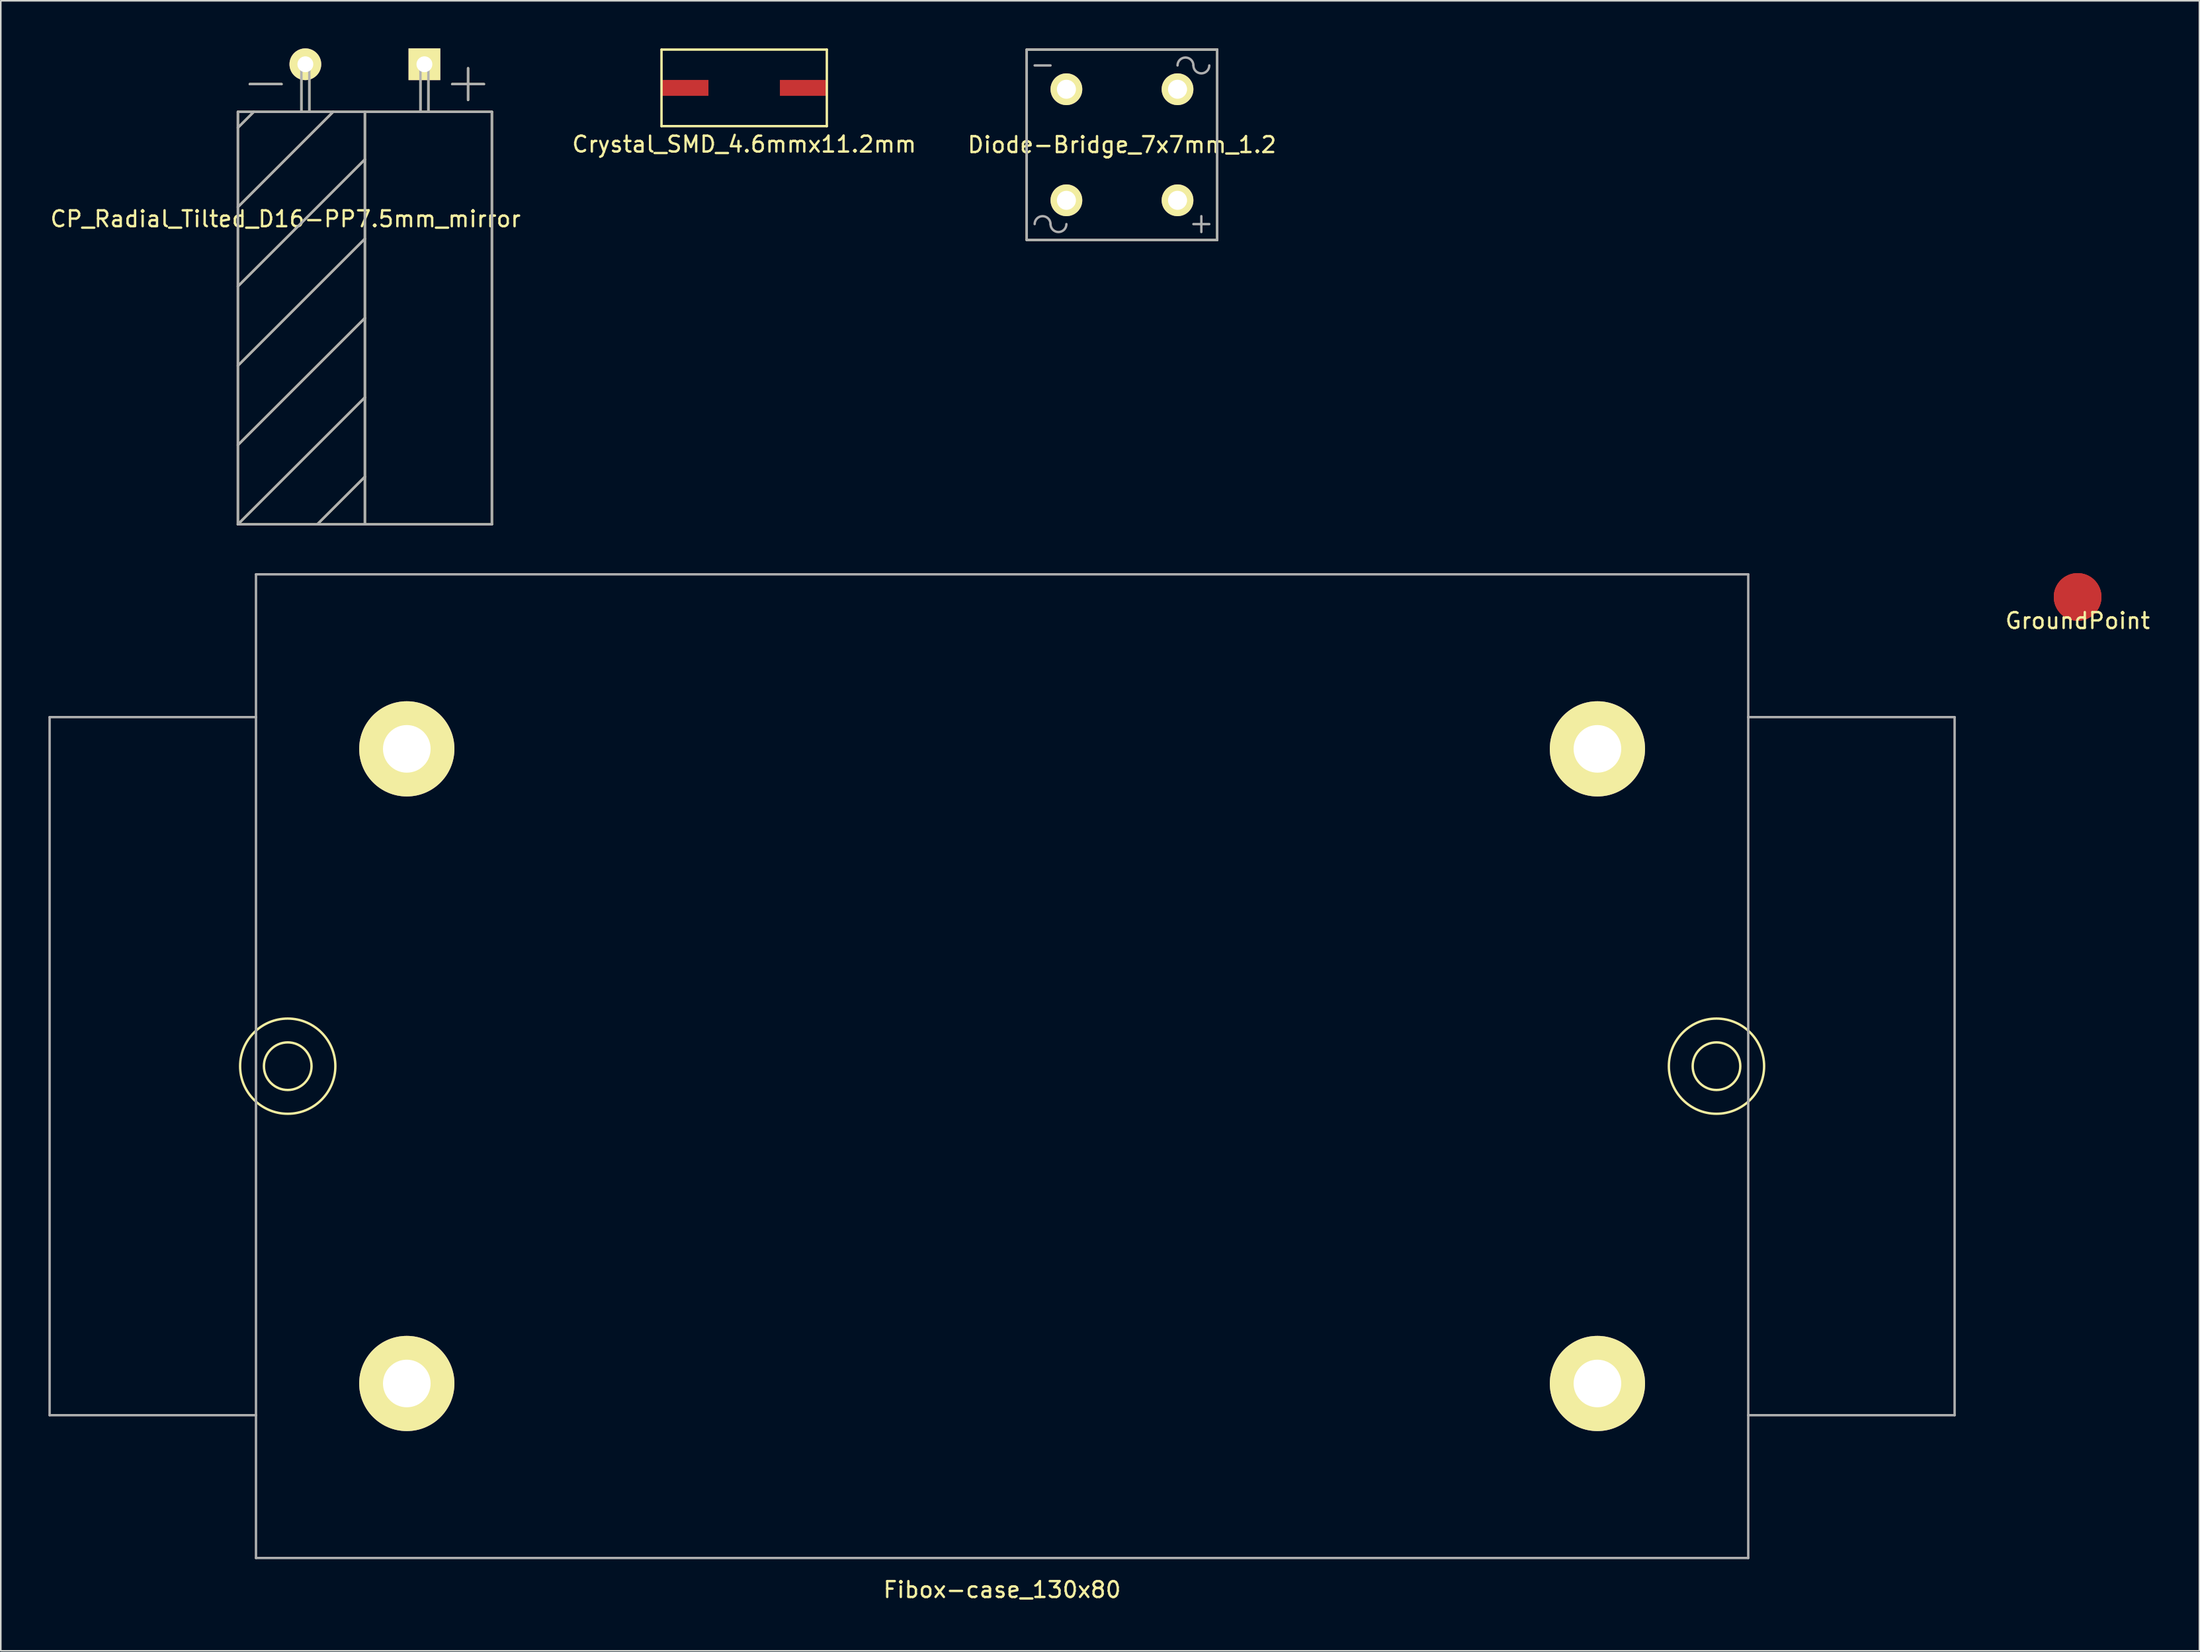
<source format=kicad_pcb>
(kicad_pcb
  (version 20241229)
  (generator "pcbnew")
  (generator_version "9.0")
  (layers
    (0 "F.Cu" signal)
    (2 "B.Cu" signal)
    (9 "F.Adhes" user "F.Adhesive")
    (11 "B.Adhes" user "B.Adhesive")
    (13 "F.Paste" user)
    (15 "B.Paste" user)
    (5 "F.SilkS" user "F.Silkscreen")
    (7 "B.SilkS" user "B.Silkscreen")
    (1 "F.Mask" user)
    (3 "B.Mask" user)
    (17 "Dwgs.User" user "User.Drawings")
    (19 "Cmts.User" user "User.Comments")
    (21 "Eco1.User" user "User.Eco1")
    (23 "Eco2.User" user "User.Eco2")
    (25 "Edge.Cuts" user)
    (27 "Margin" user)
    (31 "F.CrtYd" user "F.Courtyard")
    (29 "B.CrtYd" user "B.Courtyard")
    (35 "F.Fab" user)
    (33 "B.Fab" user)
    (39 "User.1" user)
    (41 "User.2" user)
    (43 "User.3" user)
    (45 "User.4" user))
  (footprint "CP_Radial_Tilted_D16-PP7.5mm_mirror"
    (layer "F.Cu")
    (at 19.935 1)
    (property "Reference" "CP_Radial_Tilted_D16-PP7.5mm_mirror" (at -5 9.75 0) (layer "F.SilkS") (effects (font (size 1 1) (thickness 0.15))))
    (attr through_hole)
    (fp_line (start -8 3) (end -8 29) (stroke (width 0.15) (type solid)) (layer "F.SilkS"))
    (fp_line (start -8 4) (end -7 3) (stroke (width 0.15) (type solid)) (layer "F.SilkS"))
    (fp_line (start -8 9) (end -2 3) (stroke (width 0.15) (type solid)) (layer "F.SilkS"))
    (fp_line (start -8 14) (end 0 6) (stroke (width 0.15) (type solid)) (layer "F.SilkS"))
    (fp_line (start -8 19) (end 0 11) (stroke (width 0.15) (type solid)) (layer "F.SilkS"))
    (fp_line (start -8 24) (end 0 16) (stroke (width 0.15) (type solid)) (layer "F.SilkS"))
    (fp_line (start -8 29) (end 0 21) (stroke (width 0.15) (type solid)) (layer "F.SilkS"))
    (fp_line (start -8 29) (end 8 29) (stroke (width 0.15) (type solid)) (layer "F.SilkS"))
    (fp_line (start -7.25 1.25) (end -5.25 1.25) (stroke (width 0.15) (type solid)) (layer "F.SilkS"))
    (fp_line (start -4 0) (end -3.5 0) (stroke (width 0.15) (type solid)) (layer "F.SilkS"))
    (fp_line (start -4 3) (end -4 0) (stroke (width 0.15) (type solid)) (layer "F.SilkS"))
    (fp_line (start -3.5 0) (end -3.5 3) (stroke (width 0.15) (type solid)) (layer "F.SilkS"))
    (fp_line (start -3 29) (end 0 26) (stroke (width 0.15) (type solid)) (layer "F.SilkS"))
    (fp_line (start 0 29) (end 0 3) (stroke (width 0.15) (type solid)) (layer "F.SilkS"))
    (fp_line (start 3.5 0) (end 3.5 3) (stroke (width 0.15) (type solid)) (layer "F.SilkS"))
    (fp_line (start 4 0) (end 3.5 0) (stroke (width 0.15) (type solid)) (layer "F.SilkS"))
    (fp_line (start 4 3) (end 4 0) (stroke (width 0.15) (type solid)) (layer "F.SilkS"))
    (fp_line (start 5.5 1.25) (end 7.5 1.25) (stroke (width 0.15) (type solid)) (layer "F.SilkS"))
    (fp_line (start 6.5 0.25) (end 6.5 2.25) (stroke (width 0.15) (type solid)) (layer "F.SilkS"))
    (fp_line (start 8 3) (end -8 3) (stroke (width 0.15) (type solid)) (layer "F.SilkS"))
    (fp_line (start 8 3) (end 8 29) (stroke (width 0.15) (type solid)) (layer "F.SilkS"))
    (fp_line (start -8 3) (end -8 29) (stroke (width 0.15) (type solid)) (layer "F.Fab"))
    (fp_line (start -8 4) (end -7 3) (stroke (width 0.15) (type solid)) (layer "F.Fab"))
    (fp_line (start -8 9) (end -2 3) (stroke (width 0.15) (type solid)) (layer "F.Fab"))
    (fp_line (start -8 14) (end 0 6) (stroke (width 0.15) (type solid)) (layer "F.Fab"))
    (fp_line (start -8 19) (end 0 11) (stroke (width 0.15) (type solid)) (layer "F.Fab"))
    (fp_line (start -8 24) (end 0 16) (stroke (width 0.15) (type solid)) (layer "F.Fab"))
    (fp_line (start -8 29) (end 0 21) (stroke (width 0.15) (type solid)) (layer "F.Fab"))
    (fp_line (start -8 29) (end 8 29) (stroke (width 0.15) (type solid)) (layer "F.Fab"))
    (fp_line (start -7.25 1.25) (end -5.25 1.25) (stroke (width 0.15) (type solid)) (layer "F.Fab"))
    (fp_line (start -4 0) (end -4 3) (stroke (width 0.15) (type solid)) (layer "F.Fab"))
    (fp_line (start -3.5 0) (end -4 0) (stroke (width 0.15) (type solid)) (layer "F.Fab"))
    (fp_line (start -3.5 3) (end -3.5 0) (stroke (width 0.15) (type solid)) (layer "F.Fab"))
    (fp_line (start 0 26) (end -3 29) (stroke (width 0.15) (type solid)) (layer "F.Fab"))
    (fp_line (start 0 29) (end 0 3) (stroke (width 0.15) (type solid)) (layer "F.Fab"))
    (fp_line (start 3.5 0) (end 3.5 3) (stroke (width 0.15) (type solid)) (layer "F.Fab"))
    (fp_line (start 4 0) (end 3.5 0) (stroke (width 0.15) (type solid)) (layer "F.Fab"))
    (fp_line (start 4 3) (end 4 0) (stroke (width 0.15) (type solid)) (layer "F.Fab"))
    (fp_line (start 5.5 1.25) (end 7.5 1.25) (stroke (width 0.15) (type solid)) (layer "F.Fab"))
    (fp_line (start 6.5 2.25) (end 6.5 0.25) (stroke (width 0.15) (type solid)) (layer "F.Fab"))
    (fp_line (start 8 3) (end -8 3) (stroke (width 0.15) (type solid)) (layer "F.Fab"))
    (fp_line (start 8 3) (end 8 29) (stroke (width 0.15) (type solid)) (layer "F.Fab"))
    (pad "1" thru_hole rect (at 3.75 0) (size 2 2) (drill 1) (layers "*.Cu" "*.Mask" "F.SilkS"))
    (pad "2" thru_hole circle (at -3.75 0) (size 2 2) (drill 1) (layers "*.Cu" "*.Mask" "F.SilkS")))
  (footprint "Fibox-case_130x80"
    (layer "F.Cu")
    (at 60.075 64.15)
    (property "Reference" "Fibox-case_130x80" (at 0 33 0) (layer "F.SilkS") (effects (font (size 1 1) (thickness 0.15))))
    (attr through_hole)
    (fp_circle (center -45 0) (end -43.5 0) (stroke (width 0.15) (type solid)) (fill no) (layer "F.SilkS"))
    (fp_circle (center -45 0) (end -42 0) (stroke (width 0.15) (type solid)) (fill no) (layer "F.SilkS"))
    (fp_circle (center 45 0) (end 46.5 0) (stroke (width 0.15) (type solid)) (fill no) (layer "F.SilkS"))
    (fp_circle (center 45 0) (end 48 0) (stroke (width 0.15) (type solid)) (fill no) (layer "F.SilkS"))
    (fp_line (start -60 -22) (end -47 -22) (stroke (width 0.15) (type solid)) (layer "F.Fab"))
    (fp_line (start -60 22) (end -60 -22) (stroke (width 0.15) (type solid)) (layer "F.Fab"))
    (fp_line (start -60 22) (end -47 22) (stroke (width 0.15) (type solid)) (layer "F.Fab"))
    (fp_line (start -47 -31) (end 47 -31) (stroke (width 0.15) (type solid)) (layer "F.Fab"))
    (fp_line (start -47 31) (end -47 -31) (stroke (width 0.15) (type solid)) (layer "F.Fab"))
    (fp_line (start 47 -31) (end 47 31) (stroke (width 0.15) (type solid)) (layer "F.Fab"))
    (fp_line (start 47 22) (end 60 22) (stroke (width 0.15) (type solid)) (layer "F.Fab"))
    (fp_line (start 47 31) (end -47 31) (stroke (width 0.15) (type solid)) (layer "F.Fab"))
    (fp_line (start 60 -22) (end 47 -22) (stroke (width 0.15) (type solid)) (layer "F.Fab"))
    (fp_line (start 60 22) (end 60 -22) (stroke (width 0.15) (type solid)) (layer "F.Fab"))
    (pad "" np_thru_hole circle (at -37.5 -20) (size 6 6) (drill 3) (layers "*.Cu" "*.Mask" "F.SilkS"))
    (pad "" np_thru_hole circle (at -37.5 20) (size 6 6) (drill 3) (layers "*.Cu" "*.Mask" "F.SilkS"))
    (pad "" np_thru_hole circle (at 37.5 -20) (size 6 6) (drill 3) (layers "*.Cu" "*.Mask" "F.SilkS"))
    (pad "" np_thru_hole circle (at 37.5 20) (size 6 6) (drill 3) (layers "*.Cu" "*.Mask" "F.SilkS")))
  (footprint "Crystal_SMD_4.6mmx11.2mm"
    (layer "F.Cu")
    (at 43.827 2.488)
    (property "Reference" "Crystal_SMD_4.6mmx11.2mm" (at 0 3.556 0) (layer "F.SilkS") (effects (font (size 1 1) (thickness 0.15))))
    (attr through_hole)
    (fp_line (start -5.207 -2.413) (end -5.207 2.413) (stroke (width 0.15) (type solid)) (layer "F.SilkS"))
    (fp_line (start -5.207 2.413) (end 5.207 2.413) (stroke (width 0.15) (type solid)) (layer "F.SilkS"))
    (fp_line (start 5.207 -2.413) (end -5.207 -2.413) (stroke (width 0.15) (type solid)) (layer "F.SilkS"))
    (fp_line (start 5.207 2.413) (end 5.207 -2.413) (stroke (width 0.15) (type solid)) (layer "F.SilkS"))
    (pad "1" smd rect (at -3.75 0) (size 3 1) (layers "F.Cu" "F.Mask" "F.Paste"))
    (pad "2" smd rect (at 3.75 0) (size 3 1) (layers "F.Cu" "F.Mask" "F.Paste")))
  (footprint "GroundPoint"
    (layer "F.Cu")
    (at 127.823 34.575)
    (property "Reference" "GroundPoint" (at 0 1.5 0) (layer "F.SilkS") (effects (font (size 1 1) (thickness 0.15))))
    (attr through_hole)
    (pad "1" connect circle (at 0 0) (size 3 3) (layers "F.Cu"))
    (pad "2" connect circle (at 0 0) (size 3 3) (layers "F.Cu"))
    (pad "3" connect circle (at 0 0) (size 3 3) (layers "F.Cu")))
  (footprint "Diode-Bridge_7x7mm_1.2"
    (layer "F.Cu")
    (at 67.625 6.075)
    (property "Reference" "Diode-Bridge_7x7mm_1.2" (at 0 0 0) (layer "F.SilkS") (effects (font (size 1 1) (thickness 0.15))))
    (attr through_hole)
    (fp_line (start -6 -6) (end -6 0) (stroke (width 0.15) (type solid)) (layer "F.SilkS"))
    (fp_line (start -6 0) (end -6 6) (stroke (width 0.15) (type solid)) (layer "F.SilkS"))
    (fp_line (start -6 6) (end 6 6) (stroke (width 0.15) (type solid)) (layer "F.SilkS"))
    (fp_line (start 6 -6) (end -6 -6) (stroke (width 0.15) (type solid)) (layer "F.SilkS"))
    (fp_line (start 6 6) (end 6 -6) (stroke (width 0.15) (type solid)) (layer "F.SilkS"))
    (fp_line (start -6 -6) (end 6 -6) (stroke (width 0.15) (type solid)) (layer "F.Fab"))
    (fp_line (start -6 6) (end -6 -6) (stroke (width 0.15) (type solid)) (layer "F.Fab"))
    (fp_line (start -5.5 -5) (end -4.5 -5) (stroke (width 0.15) (type solid)) (layer "F.Fab"))
    (fp_line (start 4.5 5) (end 5.5 5) (stroke (width 0.15) (type solid)) (layer "F.Fab"))
    (fp_line (start 5 4.5) (end 5 5.5) (stroke (width 0.15) (type solid)) (layer "F.Fab"))
    (fp_line (start 6 -6) (end 6 6) (stroke (width 0.15) (type solid)) (layer "F.Fab"))
    (fp_line (start 6 6) (end -6 6) (stroke (width 0.15) (type solid)) (layer "F.Fab"))
    (fp_arc (start -5.5 5) (mid -5 4.5) (end -4.5 5) (stroke (width 0.15) (type solid)) (layer "F.Fab"))
    (fp_arc (start -3.5 5) (mid -4 5.5) (end -4.5 5) (stroke (width 0.15) (type solid)) (layer "F.Fab"))
    (fp_arc (start 3.5 -5) (mid 4 -5.5) (end 4.5 -5) (stroke (width 0.15) (type solid)) (layer "F.Fab"))
    (fp_arc (start 5.5 -5) (mid 5 -4.5) (end 4.5 -5) (stroke (width 0.15) (type solid)) (layer "F.Fab"))
    (pad "1" thru_hole circle (at -3.5 -3.5) (size 2 2) (drill 1.2) (layers "*.Cu" "*.Mask" "F.SilkS"))
    (pad "2" thru_hole circle (at -3.5 3.5) (size 2 2) (drill 1.2) (layers "*.Cu" "*.Mask" "F.SilkS"))
    (pad "3" thru_hole circle (at 3.5 3.5) (size 2 2) (drill 1.2) (layers "*.Cu" "*.Mask" "F.SilkS"))
    (pad "4" thru_hole circle (at 3.5 -3.5) (size 2 2) (drill 1.2) (layers "*.Cu" "*.Mask" "F.SilkS")))
  (gr_rect
    (start -3 -3)
    (end 135.495 100.998)
    (stroke (width 0.1) (type default))
    (fill no)
    (layer "Edge.Cuts")))
</source>
